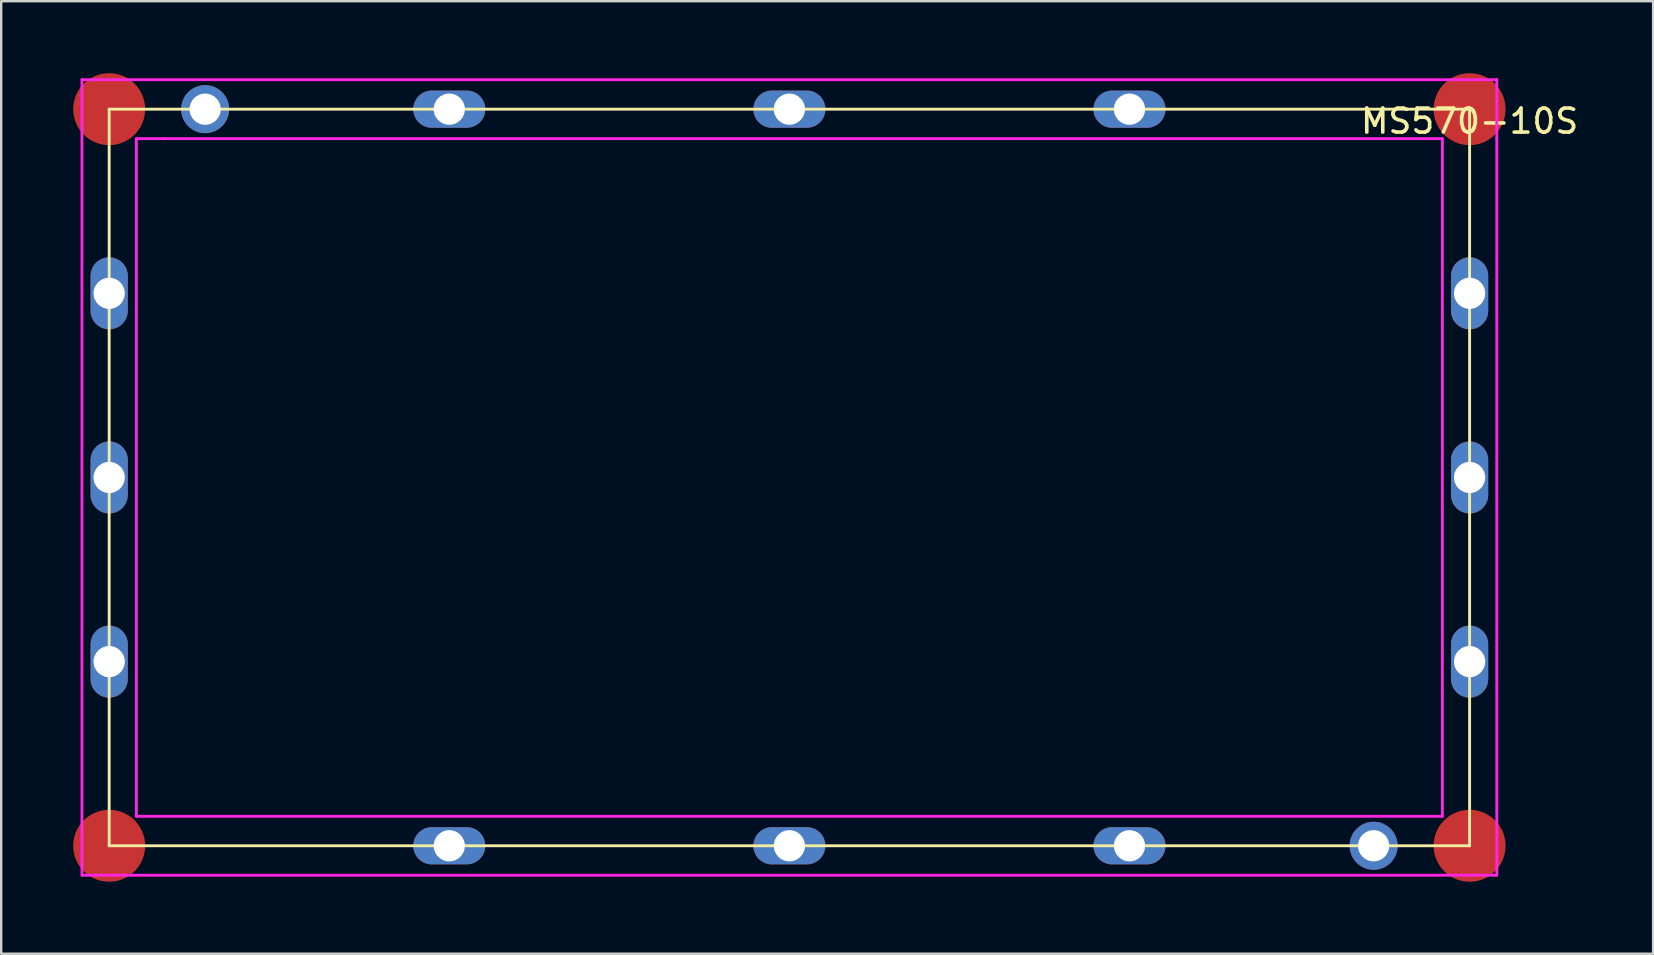
<source format=kicad_pcb>
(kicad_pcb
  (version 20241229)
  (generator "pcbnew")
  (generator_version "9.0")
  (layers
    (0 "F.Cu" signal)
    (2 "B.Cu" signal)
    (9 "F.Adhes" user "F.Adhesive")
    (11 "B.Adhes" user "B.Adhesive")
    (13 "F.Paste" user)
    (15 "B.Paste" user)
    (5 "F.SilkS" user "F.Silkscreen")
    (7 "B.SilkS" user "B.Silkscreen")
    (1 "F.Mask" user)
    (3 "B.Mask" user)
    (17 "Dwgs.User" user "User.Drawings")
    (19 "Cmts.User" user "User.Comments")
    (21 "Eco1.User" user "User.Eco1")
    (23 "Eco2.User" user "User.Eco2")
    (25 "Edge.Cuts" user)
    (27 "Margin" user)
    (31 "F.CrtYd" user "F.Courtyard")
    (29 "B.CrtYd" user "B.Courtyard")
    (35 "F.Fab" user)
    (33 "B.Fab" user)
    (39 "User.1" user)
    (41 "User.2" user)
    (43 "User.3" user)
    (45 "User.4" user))
  (footprint "MS570-10S"
    (layer "F.Cu")
    (at 58.2 1.5)
    (property "Reference" "MS570-10S" (at 0 0.5 0) (layer "F.SilkS") (effects (font (size 1 1) (thickness 0.15))))
    (attr through_hole)
    (fp_line (start -56.7 0) (end 0 0) (stroke (width 0.12) (type solid)) (layer "F.SilkS"))
    (fp_line (start -56.7 30.7) (end -56.7 0) (stroke (width 0.12) (type solid)) (layer "F.SilkS"))
    (fp_line (start 0 0) (end 0 30.7) (stroke (width 0.12) (type solid)) (layer "F.SilkS"))
    (fp_line (start 0 30.7) (end -56.7 30.7) (stroke (width 0.12) (type solid)) (layer "F.SilkS"))
    (fp_line (start -57.834 -1.228) (end 1.134 -1.228) (stroke (width 0.12) (type solid)) (layer "F.CrtYd"))
    (fp_line (start -57.834 31.928) (end -57.834 -1.228) (stroke (width 0.12) (type solid)) (layer "F.CrtYd"))
    (fp_line (start -55.566 1.228) (end -54.432 1.228) (stroke (width 0.12) (type solid)) (layer "F.CrtYd"))
    (fp_line (start -55.566 29.472) (end -55.566 1.228) (stroke (width 0.12) (type solid)) (layer "F.CrtYd"))
    (fp_line (start -54.432 1.228) (end -1.134 1.228) (stroke (width 0.12) (type solid)) (layer "F.CrtYd"))
    (fp_line (start -1.134 1.228) (end -1.134 29.472) (stroke (width 0.12) (type solid)) (layer "F.CrtYd"))
    (fp_line (start -1.134 29.472) (end -55.566 29.472) (stroke (width 0.12) (type solid)) (layer "F.CrtYd"))
    (fp_line (start 1.134 -1.228) (end 1.134 31.928) (stroke (width 0.12) (type solid)) (layer "F.CrtYd"))
    (fp_line (start 1.134 31.928) (end -57.834 31.928) (stroke (width 0.12) (type solid)) (layer "F.CrtYd"))
    (pad "1" smd oval (at -56.7 0) (size 3 3) (layers "F.Cu" "F.Mask" "F.Paste"))
    (pad "1" thru_hole oval (at -56.7 7.675) (size 1.55 3) (drill 1.3) (layers "*.Cu" "*.Mask"))
    (pad "1" thru_hole oval (at -56.7 15.35) (size 1.55 3) (drill 1.3) (layers "*.Cu" "*.Mask"))
    (pad "1" thru_hole oval (at -56.7 23.025) (size 1.55 3) (drill 1.3) (layers "*.Cu" "*.Mask"))
    (pad "1" smd oval (at -56.7 30.7) (size 3 3) (layers "F.Cu" "F.Mask" "F.Paste"))
    (pad "1" thru_hole circle (at -52.7 0) (size 2 2) (drill 1.3) (layers "*.Cu" "*.Mask"))
    (pad "1" thru_hole oval (at -42.525 0) (size 3 1.55) (drill 1.3) (layers "*.Cu" "*.Mask"))
    (pad "1" thru_hole oval (at -42.525 30.7) (size 3 1.55) (drill 1.3) (layers "*.Cu" "*.Mask"))
    (pad "1" thru_hole oval (at -28.35 0) (size 3 1.55) (drill 1.3) (layers "*.Cu" "*.Mask"))
    (pad "1" thru_hole oval (at -28.35 30.7) (size 3 1.55) (drill 1.3) (layers "*.Cu" "*.Mask"))
    (pad "1" thru_hole oval (at -14.175 0) (size 3 1.55) (drill 1.3) (layers "*.Cu" "*.Mask"))
    (pad "1" thru_hole oval (at -14.175 30.7) (size 3 1.55) (drill 1.3) (layers "*.Cu" "*.Mask"))
    (pad "1" thru_hole circle (at -4 30.7) (size 2 2) (drill 1.3) (layers "*.Cu" "*.Mask"))
    (pad "1" smd oval (at 0 0) (size 3 3) (layers "F.Cu" "F.Mask" "F.Paste"))
    (pad "1" thru_hole oval (at 0 7.675) (size 1.55 3) (drill 1.3) (layers "*.Cu" "*.Mask"))
    (pad "1" thru_hole oval (at 0 15.35) (size 1.55 3) (drill 1.3) (layers "*.Cu" "*.Mask"))
    (pad "1" thru_hole oval (at 0 23.025) (size 1.55 3) (drill 1.3) (layers "*.Cu" "*.Mask"))
    (pad "1" smd oval (at 0 30.7) (size 3 3) (layers "F.Cu" "F.Mask" "F.Paste")))
  (gr_rect
    (start -3 -3)
    (end 65.849 36.7)
    (stroke (width 0.1) (type default))
    (fill no)
    (layer "Edge.Cuts")))
</source>
